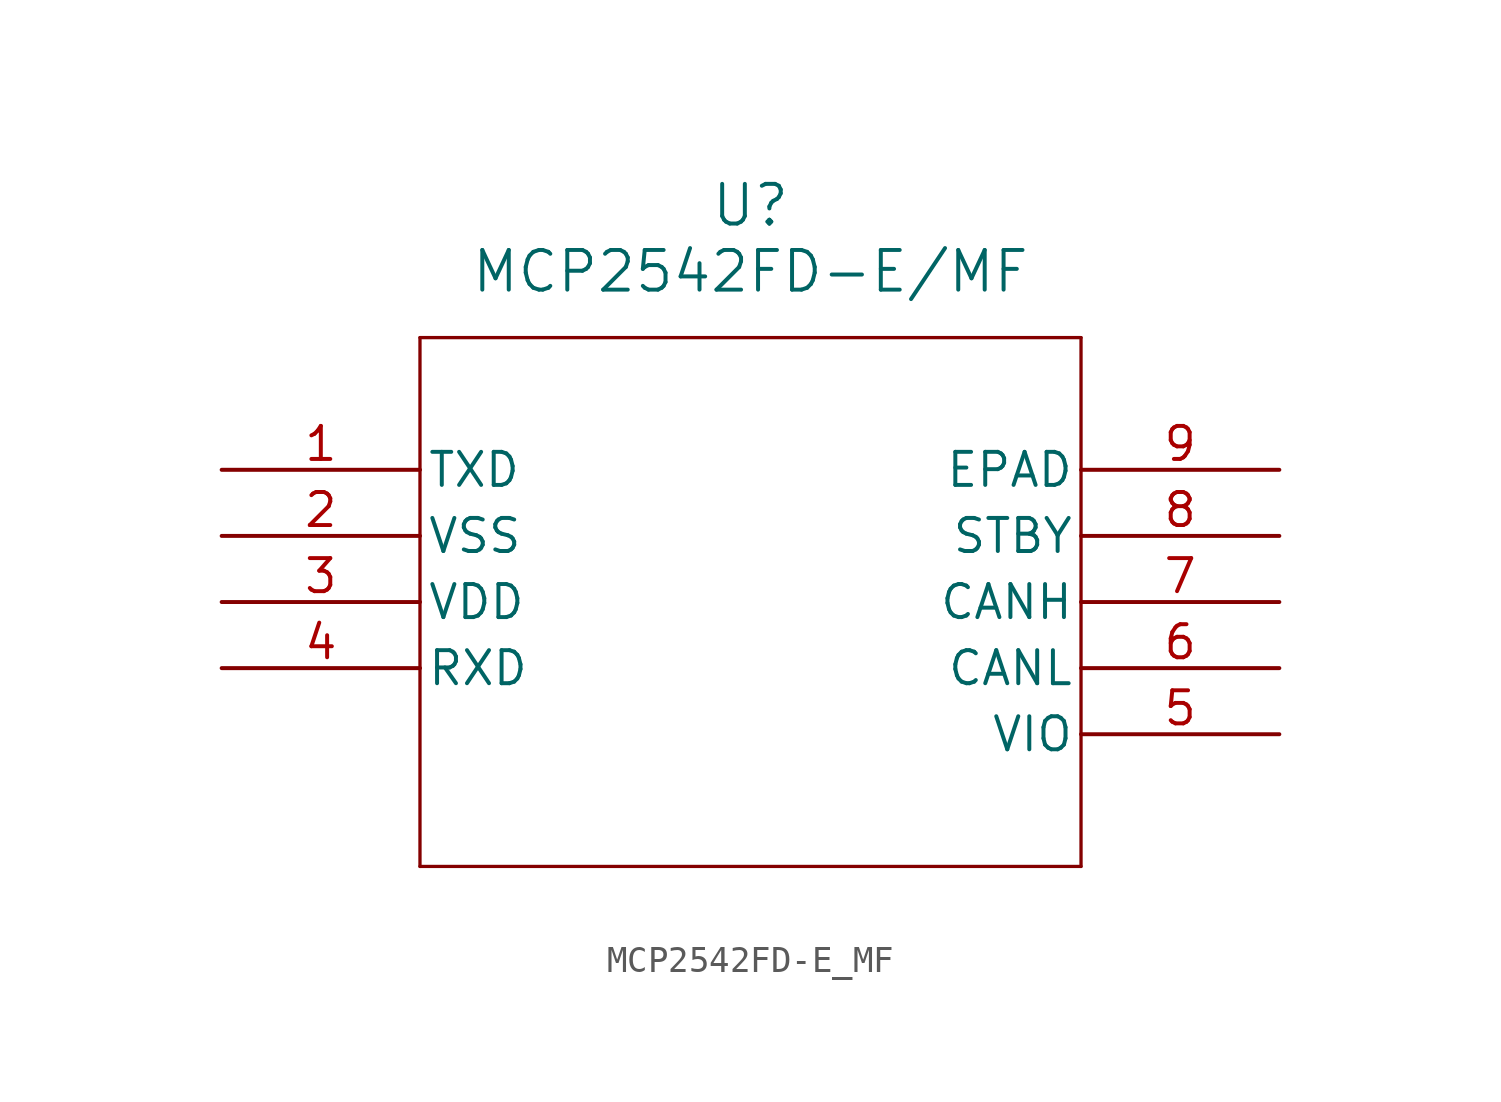
<source format=kicad_sym>
(kicad_symbol_lib
  (version 20211014)
  (generator kicad_symbol_editor)
  (symbol "MCP2542FD-E_MF"
    (pin_names
      (offset 0.254))
    (property "Reference" "U"
      (at 20.32 10.16 0)
      (effects (font (size 1.524 1.524))))
    (property "Value" "MCP2542FD-E/MF"
      (at 20.32 7.62 0)
      (effects (font (size 1.524 1.524))))
    (symbol "MCP2542FD-E_MF_0_1"
      (polyline (pts (xy 7.62 5.08) (xy 7.62 -15.24)) (stroke (width 0.127) (type default) (color 0 0 0 0)) (fill (type none)))
      (polyline (pts (xy 7.62 -15.24) (xy 33.02 -15.24)) (stroke (width 0.127) (type default) (color 0 0 0 0)) (fill (type none)))
      (polyline (pts (xy 33.02 -15.24) (xy 33.02 5.08)) (stroke (width 0.127) (type default) (color 0 0 0 0)) (fill (type none)))
      (polyline (pts (xy 33.02 5.08) (xy 7.62 5.08)) (stroke (width 0.127) (type default) (color 0 0 0 0)) (fill (type none)))
      (pin input line (at 0 0 0) (length 7.62) (name "TXD" (effects (font (size 1.27 1.27)))) (number "1" (effects (font (size 1.27 1.27)))))
      (pin power_in line (at 0 -2.54 0) (length 7.62) (name "VSS" (effects (font (size 1.27 1.27)))) (number "2" (effects (font (size 1.27 1.27)))))
      (pin power_in line (at 0 -5.08 0) (length 7.62) (name "VDD" (effects (font (size 1.27 1.27)))) (number "3" (effects (font (size 1.27 1.27)))))
      (pin output line (at 0 -7.62 0) (length 7.62) (name "RXD" (effects (font (size 1.27 1.27)))) (number "4" (effects (font (size 1.27 1.27)))))
      (pin bidirectional line (at 40.64 -10.16 180) (length 7.62) (name "VIO" (effects (font (size 1.27 1.27)))) (number "5" (effects (font (size 1.27 1.27)))))
      (pin bidirectional line (at 40.64 -7.62 180) (length 7.62) (name "CANL" (effects (font (size 1.27 1.27)))) (number "6" (effects (font (size 1.27 1.27)))))
      (pin bidirectional line (at 40.64 -5.08 180) (length 7.62) (name "CANH" (effects (font (size 1.27 1.27)))) (number "7" (effects (font (size 1.27 1.27)))))
      (pin input line (at 40.64 -2.54 180) (length 7.62) (name "STBY" (effects (font (size 1.27 1.27)))) (number "8" (effects (font (size 1.27 1.27)))))
      (pin unspecified line (at 40.64 0 180) (length 7.62) (name "EPAD" (effects (font (size 1.27 1.27)))) (number "9" (effects (font (size 1.27 1.27))))))))
</source>
